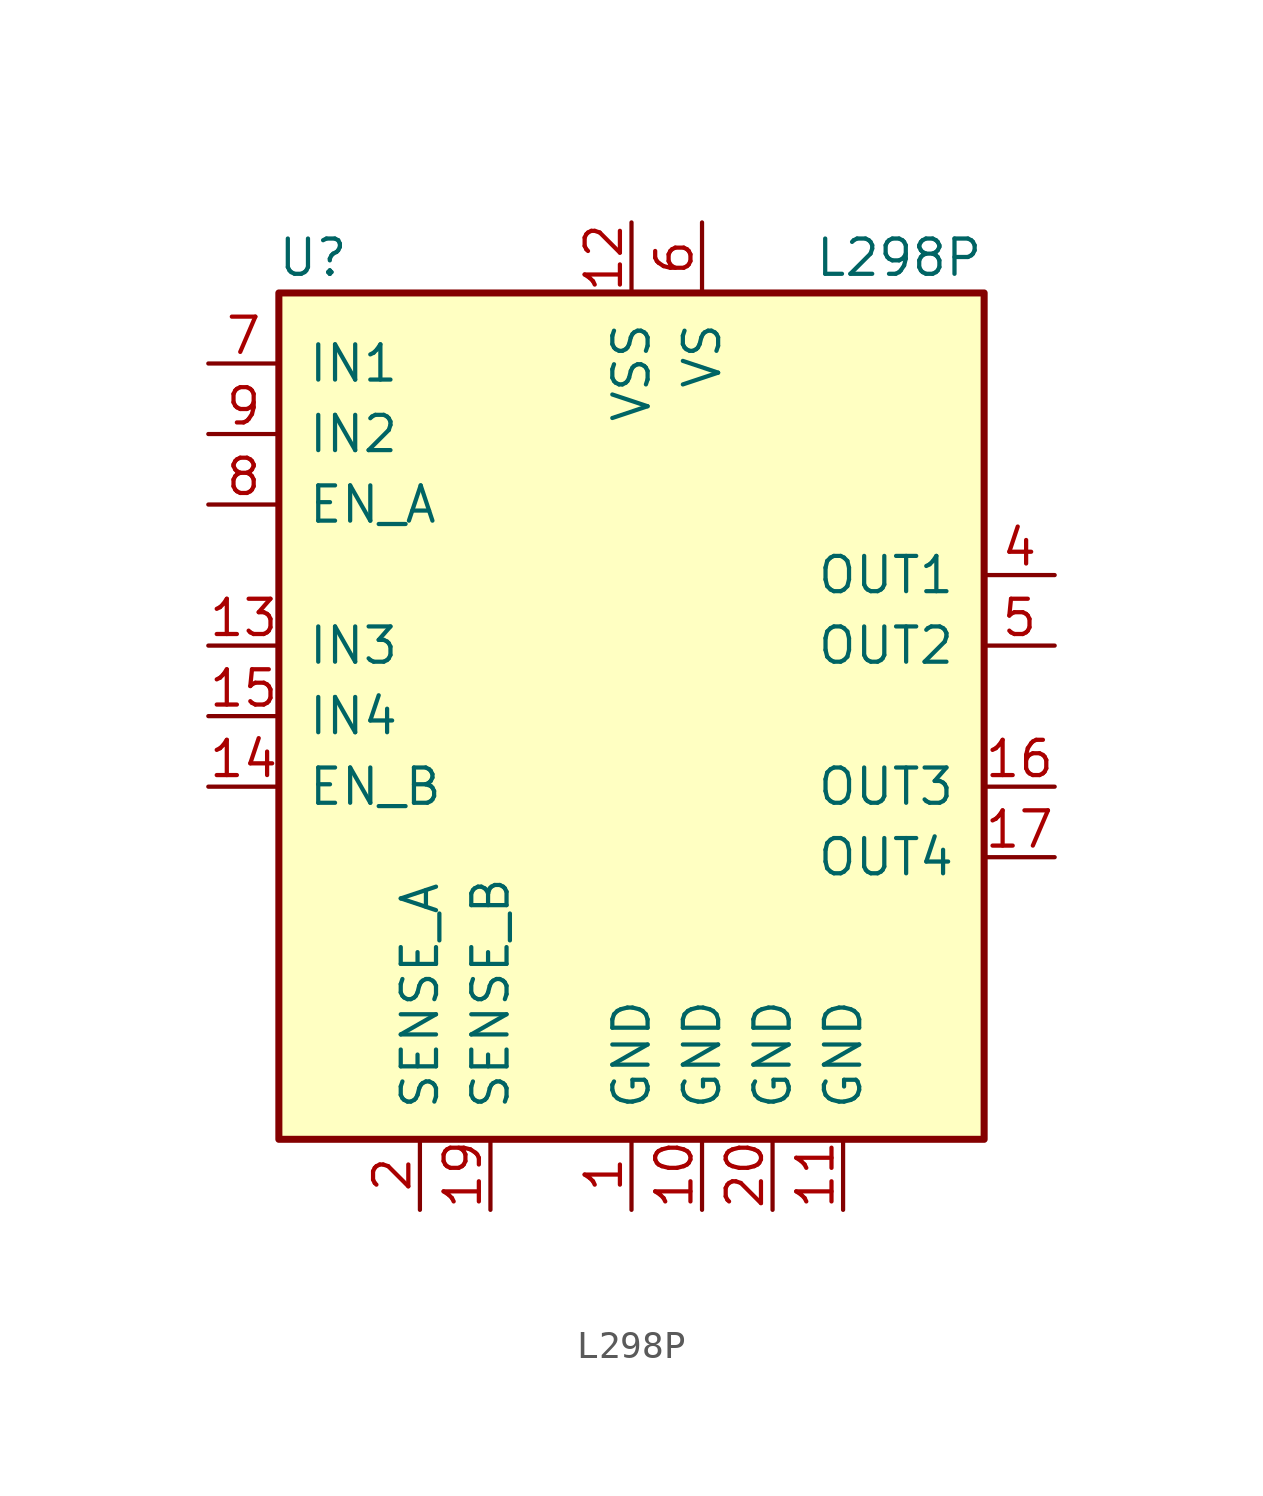
<source format=kicad_sym>
(kicad_symbol_lib
  (version 20231120)
  (generator "kicad_symbol_editor")
  (generator_version "8.0")
  (symbol "L298P"
    (pin_names
      (offset 1.016))
    (property "Reference" "U"
      (at -10.16 16.51 0)
      (effects (font (size 1.27 1.27)) (justify right)))
    (property "Value" "L298P"
      (at 12.7 16.51 0)
      (effects (font (size 1.27 1.27)) (justify right)))
    (symbol "L298P_0_1"
      (rectangle (start -12.7 15.24) (end 12.7 -15.24) (stroke (width 0.254) (type default)) (fill (type background))))
    (symbol "L298P_1_0"
      (pin power_in line (at 2.54 -17.78 90) (length 2.54) (name "GND" (effects (font (size 1.27 1.27)))) (number "10" (effects (font (size 1.27 1.27)))))
      (pin power_in line (at 7.62 -17.78 90) (length 2.54) (name "GND" (effects (font (size 1.27 1.27)))) (number "11" (effects (font (size 1.27 1.27)))))
      (pin power_in line (at 5.08 -17.78 90) (length 2.54) (name "GND" (effects (font (size 1.27 1.27)))) (number "20" (effects (font (size 1.27 1.27))))))
    (symbol "L298P_1_1"
      (pin power_in line (at 0 -17.78 90) (length 2.54) (name "GND" (effects (font (size 1.27 1.27)))) (number "1" (effects (font (size 1.27 1.27)))))
      (pin power_in line (at 0 17.78 270) (length 2.54) (name "VSS" (effects (font (size 1.27 1.27)))) (number "12" (effects (font (size 1.27 1.27)))))
      (pin input line (at -15.24 2.54 0) (length 2.54) (name "IN3" (effects (font (size 1.27 1.27)))) (number "13" (effects (font (size 1.27 1.27)))))
      (pin input line (at -15.24 -2.54 0) (length 2.54) (name "EN_B" (effects (font (size 1.27 1.27)))) (number "14" (effects (font (size 1.27 1.27)))))
      (pin input line (at -15.24 0 0) (length 2.54) (name "IN4" (effects (font (size 1.27 1.27)))) (number "15" (effects (font (size 1.27 1.27)))))
      (pin output line (at 15.24 -2.54 180) (length 2.54) (name "OUT3" (effects (font (size 1.27 1.27)))) (number "16" (effects (font (size 1.27 1.27)))))
      (pin output line (at 15.24 -5.08 180) (length 2.54) (name "OUT4" (effects (font (size 1.27 1.27)))) (number "17" (effects (font (size 1.27 1.27)))))
      (pin power_in line (at -5.08 -17.78 90) (length 2.54) (name "SENSE_B" (effects (font (size 1.27 1.27)))) (number "19" (effects (font (size 1.27 1.27)))))
      (pin power_in line (at -7.62 -17.78 90) (length 2.54) (name "SENSE_A" (effects (font (size 1.27 1.27)))) (number "2" (effects (font (size 1.27 1.27)))))
      (pin output line (at 15.24 5.08 180) (length 2.54) (name "OUT1" (effects (font (size 1.27 1.27)))) (number "4" (effects (font (size 1.27 1.27)))))
      (pin output line (at 15.24 2.54 180) (length 2.54) (name "OUT2" (effects (font (size 1.27 1.27)))) (number "5" (effects (font (size 1.27 1.27)))))
      (pin power_in line (at 2.54 17.78 270) (length 2.54) (name "VS" (effects (font (size 1.27 1.27)))) (number "6" (effects (font (size 1.27 1.27)))))
      (pin input line (at -15.24 12.7 0) (length 2.54) (name "IN1" (effects (font (size 1.27 1.27)))) (number "7" (effects (font (size 1.27 1.27)))))
      (pin input line (at -15.24 7.62 0) (length 2.54) (name "EN_A" (effects (font (size 1.27 1.27)))) (number "8" (effects (font (size 1.27 1.27)))))
      (pin input line (at -15.24 10.16 0) (length 2.54) (name "IN2" (effects (font (size 1.27 1.27)))) (number "9" (effects (font (size 1.27 1.27))))))))
</source>
